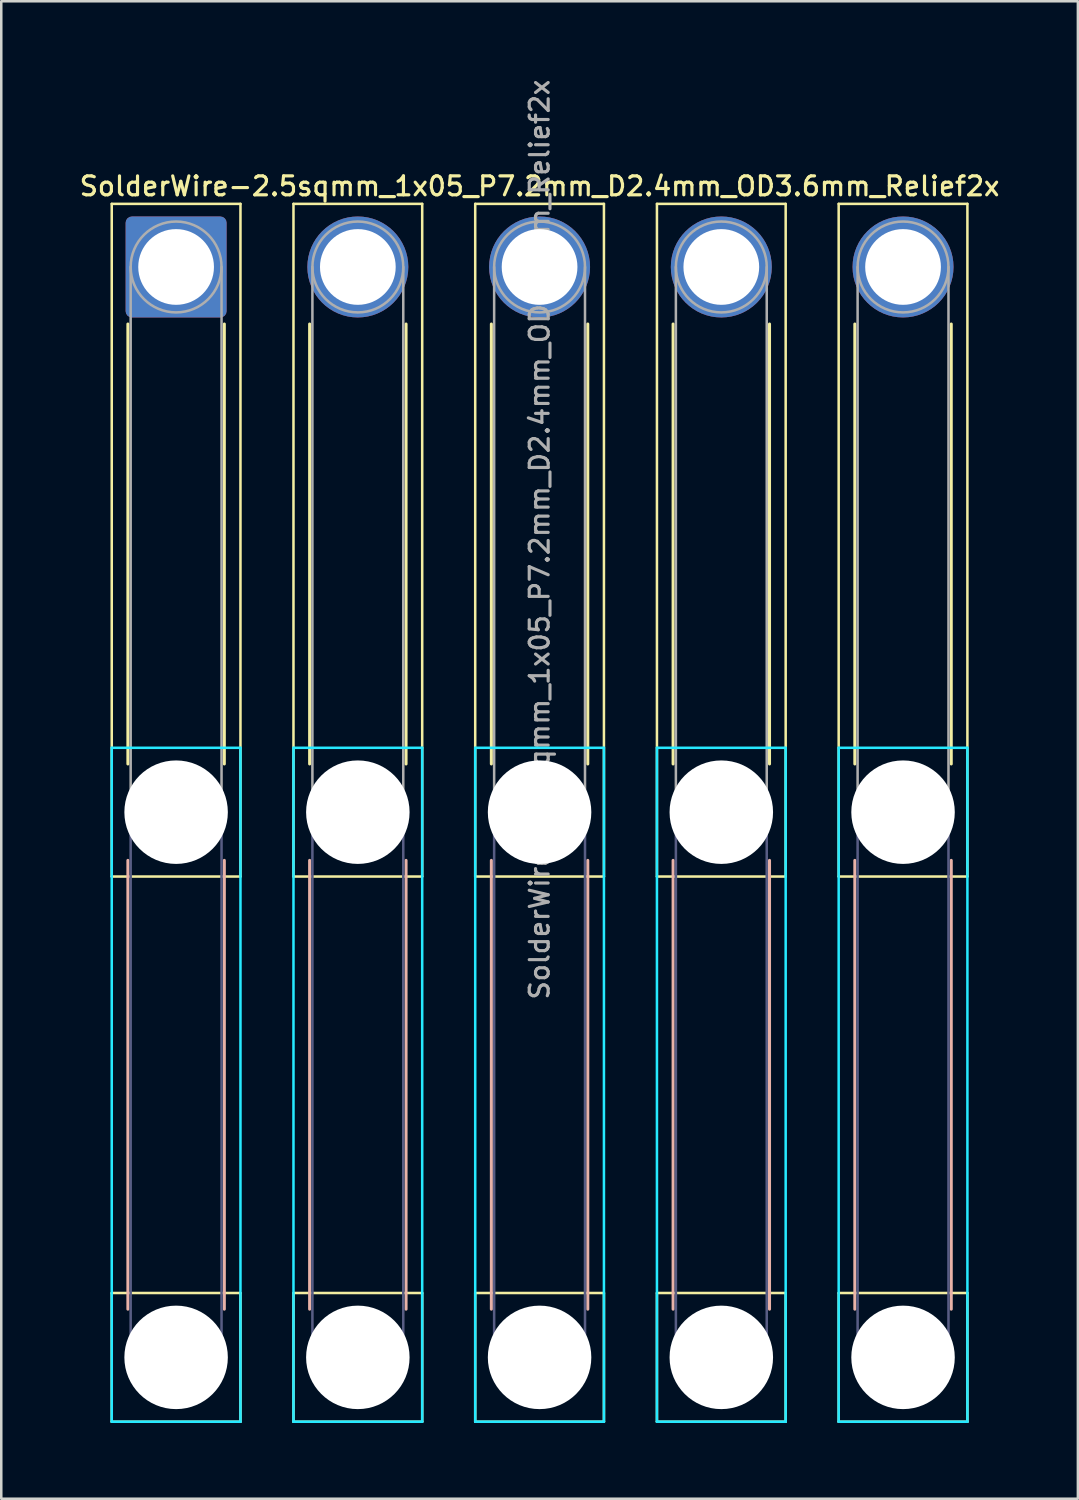
<source format=kicad_pcb>
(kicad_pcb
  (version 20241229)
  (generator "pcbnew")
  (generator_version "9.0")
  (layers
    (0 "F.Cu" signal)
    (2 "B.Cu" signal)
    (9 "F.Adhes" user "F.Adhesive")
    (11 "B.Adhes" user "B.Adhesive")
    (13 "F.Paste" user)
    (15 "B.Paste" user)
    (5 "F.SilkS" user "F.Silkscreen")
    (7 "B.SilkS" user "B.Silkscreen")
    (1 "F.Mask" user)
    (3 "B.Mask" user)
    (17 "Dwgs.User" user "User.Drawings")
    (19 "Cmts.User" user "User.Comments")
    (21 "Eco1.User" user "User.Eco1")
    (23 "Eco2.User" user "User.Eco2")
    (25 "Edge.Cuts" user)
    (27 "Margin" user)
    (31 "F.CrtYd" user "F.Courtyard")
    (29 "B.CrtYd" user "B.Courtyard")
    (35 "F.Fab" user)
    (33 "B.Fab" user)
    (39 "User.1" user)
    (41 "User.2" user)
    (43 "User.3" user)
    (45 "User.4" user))
  (footprint "SolderWire-2.5sqmm_1x05_P7.2mm_D2.4mm_OD3.6mm_Relief2x"
    (layer "F.Cu")
    (at 3.927 7.527)
    (property "Reference" "SolderWire-2.5sqmm_1x05_P7.2mm_D2.4mm_OD3.6mm_Relief2x" (at 14.4 -3.2 0) (layer "F.SilkS") (effects (font (size 0.75 0.75) (thickness 0.125))))
    (attr exclude_from_pos_files exclude_from_bom)
    (fp_line (start -2.55 -2.5) (end -2.55 24.15) (stroke (width 0.1) (type solid)) (layer "F.SilkS"))
    (fp_line (start -2.55 24.15) (end 2.55 24.15) (stroke (width 0.1) (type solid)) (layer "F.SilkS"))
    (fp_line (start -2.55 40.65) (end -2.55 45.75) (stroke (width 0.1) (type solid)) (layer "F.SilkS"))
    (fp_line (start -2.55 45.75) (end 2.55 45.75) (stroke (width 0.1) (type solid)) (layer "F.SilkS"))
    (fp_line (start -1.91 2.26) (end -1.91 19.69) (stroke (width 0.12) (type solid)) (layer "F.SilkS"))
    (fp_line (start 1.91 2.26) (end 1.91 19.69) (stroke (width 0.12) (type solid)) (layer "F.SilkS"))
    (fp_line (start 2.55 -2.5) (end -2.55 -2.5) (stroke (width 0.1) (type solid)) (layer "F.SilkS"))
    (fp_line (start 2.55 24.15) (end 2.55 -2.5) (stroke (width 0.1) (type solid)) (layer "F.SilkS"))
    (fp_line (start 2.55 40.65) (end -2.55 40.65) (stroke (width 0.1) (type solid)) (layer "F.SilkS"))
    (fp_line (start 2.55 45.75) (end 2.55 40.65) (stroke (width 0.1) (type solid)) (layer "F.SilkS"))
    (fp_line (start 4.65 -2.5) (end 4.65 24.15) (stroke (width 0.1) (type solid)) (layer "F.SilkS"))
    (fp_line (start 4.65 24.15) (end 9.75 24.15) (stroke (width 0.1) (type solid)) (layer "F.SilkS"))
    (fp_line (start 4.65 40.65) (end 4.65 45.75) (stroke (width 0.1) (type solid)) (layer "F.SilkS"))
    (fp_line (start 4.65 45.75) (end 9.75 45.75) (stroke (width 0.1) (type solid)) (layer "F.SilkS"))
    (fp_line (start 5.29 2.26) (end 5.29 19.69) (stroke (width 0.12) (type solid)) (layer "F.SilkS"))
    (fp_line (start 9.11 2.26) (end 9.11 19.69) (stroke (width 0.12) (type solid)) (layer "F.SilkS"))
    (fp_line (start 9.75 -2.5) (end 4.65 -2.5) (stroke (width 0.1) (type solid)) (layer "F.SilkS"))
    (fp_line (start 9.75 24.15) (end 9.75 -2.5) (stroke (width 0.1) (type solid)) (layer "F.SilkS"))
    (fp_line (start 9.75 40.65) (end 4.65 40.65) (stroke (width 0.1) (type solid)) (layer "F.SilkS"))
    (fp_line (start 9.75 45.75) (end 9.75 40.65) (stroke (width 0.1) (type solid)) (layer "F.SilkS"))
    (fp_line (start 11.85 -2.5) (end 11.85 24.15) (stroke (width 0.1) (type solid)) (layer "F.SilkS"))
    (fp_line (start 11.85 24.15) (end 16.95 24.15) (stroke (width 0.1) (type solid)) (layer "F.SilkS"))
    (fp_line (start 11.85 40.65) (end 11.85 45.75) (stroke (width 0.1) (type solid)) (layer "F.SilkS"))
    (fp_line (start 11.85 45.75) (end 16.95 45.75) (stroke (width 0.1) (type solid)) (layer "F.SilkS"))
    (fp_line (start 12.49 2.26) (end 12.49 19.69) (stroke (width 0.12) (type solid)) (layer "F.SilkS"))
    (fp_line (start 16.31 2.26) (end 16.31 19.69) (stroke (width 0.12) (type solid)) (layer "F.SilkS"))
    (fp_line (start 16.95 -2.5) (end 11.85 -2.5) (stroke (width 0.1) (type solid)) (layer "F.SilkS"))
    (fp_line (start 16.95 24.15) (end 16.95 -2.5) (stroke (width 0.1) (type solid)) (layer "F.SilkS"))
    (fp_line (start 16.95 40.65) (end 11.85 40.65) (stroke (width 0.1) (type solid)) (layer "F.SilkS"))
    (fp_line (start 16.95 45.75) (end 16.95 40.65) (stroke (width 0.1) (type solid)) (layer "F.SilkS"))
    (fp_line (start 19.05 -2.5) (end 19.05 24.15) (stroke (width 0.1) (type solid)) (layer "F.SilkS"))
    (fp_line (start 19.05 24.15) (end 24.15 24.15) (stroke (width 0.1) (type solid)) (layer "F.SilkS"))
    (fp_line (start 19.05 40.65) (end 19.05 45.75) (stroke (width 0.1) (type solid)) (layer "F.SilkS"))
    (fp_line (start 19.05 45.75) (end 24.15 45.75) (stroke (width 0.1) (type solid)) (layer "F.SilkS"))
    (fp_line (start 19.69 2.26) (end 19.69 19.69) (stroke (width 0.12) (type solid)) (layer "F.SilkS"))
    (fp_line (start 23.51 2.26) (end 23.51 19.69) (stroke (width 0.12) (type solid)) (layer "F.SilkS"))
    (fp_line (start 24.15 -2.5) (end 19.05 -2.5) (stroke (width 0.1) (type solid)) (layer "F.SilkS"))
    (fp_line (start 24.15 24.15) (end 24.15 -2.5) (stroke (width 0.1) (type solid)) (layer "F.SilkS"))
    (fp_line (start 24.15 40.65) (end 19.05 40.65) (stroke (width 0.1) (type solid)) (layer "F.SilkS"))
    (fp_line (start 24.15 45.75) (end 24.15 40.65) (stroke (width 0.1) (type solid)) (layer "F.SilkS"))
    (fp_line (start 26.25 -2.5) (end 26.25 24.15) (stroke (width 0.1) (type solid)) (layer "F.SilkS"))
    (fp_line (start 26.25 24.15) (end 31.35 24.15) (stroke (width 0.1) (type solid)) (layer "F.SilkS"))
    (fp_line (start 26.25 40.65) (end 26.25 45.75) (stroke (width 0.1) (type solid)) (layer "F.SilkS"))
    (fp_line (start 26.25 45.75) (end 31.35 45.75) (stroke (width 0.1) (type solid)) (layer "F.SilkS"))
    (fp_line (start 26.89 2.26) (end 26.89 19.69) (stroke (width 0.12) (type solid)) (layer "F.SilkS"))
    (fp_line (start 30.71 2.26) (end 30.71 19.69) (stroke (width 0.12) (type solid)) (layer "F.SilkS"))
    (fp_line (start 31.35 -2.5) (end 26.25 -2.5) (stroke (width 0.1) (type solid)) (layer "F.SilkS"))
    (fp_line (start 31.35 24.15) (end 31.35 -2.5) (stroke (width 0.1) (type solid)) (layer "F.SilkS"))
    (fp_line (start 31.35 40.65) (end 26.25 40.65) (stroke (width 0.1) (type solid)) (layer "F.SilkS"))
    (fp_line (start 31.35 45.75) (end 31.35 40.65) (stroke (width 0.1) (type solid)) (layer "F.SilkS"))
    (fp_line (start -1.91 23.51) (end -1.91 41.29) (stroke (width 0.12) (type solid)) (layer "B.SilkS"))
    (fp_line (start 1.91 23.51) (end 1.91 41.29) (stroke (width 0.12) (type solid)) (layer "B.SilkS"))
    (fp_line (start 5.29 23.51) (end 5.29 41.29) (stroke (width 0.12) (type solid)) (layer "B.SilkS"))
    (fp_line (start 9.11 23.51) (end 9.11 41.29) (stroke (width 0.12) (type solid)) (layer "B.SilkS"))
    (fp_line (start 12.49 23.51) (end 12.49 41.29) (stroke (width 0.12) (type solid)) (layer "B.SilkS"))
    (fp_line (start 16.31 23.51) (end 16.31 41.29) (stroke (width 0.12) (type solid)) (layer "B.SilkS"))
    (fp_line (start 19.69 23.51) (end 19.69 41.29) (stroke (width 0.12) (type solid)) (layer "B.SilkS"))
    (fp_line (start 23.51 23.51) (end 23.51 41.29) (stroke (width 0.12) (type solid)) (layer "B.SilkS"))
    (fp_line (start 26.89 23.51) (end 26.89 41.29) (stroke (width 0.12) (type solid)) (layer "B.SilkS"))
    (fp_line (start 30.71 23.51) (end 30.71 41.29) (stroke (width 0.12) (type solid)) (layer "B.SilkS"))
    (fp_line (start -2.55 19.05) (end -2.55 45.75) (stroke (width 0.1) (type solid)) (layer "B.CrtYd"))
    (fp_line (start -2.55 45.75) (end 2.55 45.75) (stroke (width 0.1) (type solid)) (layer "B.CrtYd"))
    (fp_line (start 2.55 19.05) (end -2.55 19.05) (stroke (width 0.1) (type solid)) (layer "B.CrtYd"))
    (fp_line (start 2.55 45.75) (end 2.55 19.05) (stroke (width 0.1) (type solid)) (layer "B.CrtYd"))
    (fp_line (start 4.65 19.05) (end 4.65 45.75) (stroke (width 0.1) (type solid)) (layer "B.CrtYd"))
    (fp_line (start 4.65 45.75) (end 9.75 45.75) (stroke (width 0.1) (type solid)) (layer "B.CrtYd"))
    (fp_line (start 9.75 19.05) (end 4.65 19.05) (stroke (width 0.1) (type solid)) (layer "B.CrtYd"))
    (fp_line (start 9.75 45.75) (end 9.75 19.05) (stroke (width 0.1) (type solid)) (layer "B.CrtYd"))
    (fp_line (start 11.85 19.05) (end 11.85 45.75) (stroke (width 0.1) (type solid)) (layer "B.CrtYd"))
    (fp_line (start 11.85 45.75) (end 16.95 45.75) (stroke (width 0.1) (type solid)) (layer "B.CrtYd"))
    (fp_line (start 16.95 19.05) (end 11.85 19.05) (stroke (width 0.1) (type solid)) (layer "B.CrtYd"))
    (fp_line (start 16.95 45.75) (end 16.95 19.05) (stroke (width 0.1) (type solid)) (layer "B.CrtYd"))
    (fp_line (start 19.05 19.05) (end 19.05 45.75) (stroke (width 0.1) (type solid)) (layer "B.CrtYd"))
    (fp_line (start 19.05 45.75) (end 24.15 45.75) (stroke (width 0.1) (type solid)) (layer "B.CrtYd"))
    (fp_line (start 24.15 19.05) (end 19.05 19.05) (stroke (width 0.1) (type solid)) (layer "B.CrtYd"))
    (fp_line (start 24.15 45.75) (end 24.15 19.05) (stroke (width 0.1) (type solid)) (layer "B.CrtYd"))
    (fp_line (start 26.25 19.05) (end 26.25 45.75) (stroke (width 0.1) (type solid)) (layer "B.CrtYd"))
    (fp_line (start 26.25 45.75) (end 31.35 45.75) (stroke (width 0.1) (type solid)) (layer "B.CrtYd"))
    (fp_line (start 31.35 19.05) (end 26.25 19.05) (stroke (width 0.1) (type solid)) (layer "B.CrtYd"))
    (fp_line (start 31.35 45.75) (end 31.35 19.05) (stroke (width 0.1) (type solid)) (layer "B.CrtYd"))
    (fp_line (start -1.8 21.6) (end -1.8 43.2) (stroke (width 0.1) (type solid)) (layer "B.Fab"))
    (fp_line (start 1.8 21.6) (end 1.8 43.2) (stroke (width 0.1) (type solid)) (layer "B.Fab"))
    (fp_line (start 5.4 21.6) (end 5.4 43.2) (stroke (width 0.1) (type solid)) (layer "B.Fab"))
    (fp_line (start 9 21.6) (end 9 43.2) (stroke (width 0.1) (type solid)) (layer "B.Fab"))
    (fp_line (start 12.6 21.6) (end 12.6 43.2) (stroke (width 0.1) (type solid)) (layer "B.Fab"))
    (fp_line (start 16.2 21.6) (end 16.2 43.2) (stroke (width 0.1) (type solid)) (layer "B.Fab"))
    (fp_line (start 19.8 21.6) (end 19.8 43.2) (stroke (width 0.1) (type solid)) (layer "B.Fab"))
    (fp_line (start 23.4 21.6) (end 23.4 43.2) (stroke (width 0.1) (type solid)) (layer "B.Fab"))
    (fp_line (start 27 21.6) (end 27 43.2) (stroke (width 0.1) (type solid)) (layer "B.Fab"))
    (fp_line (start 30.6 21.6) (end 30.6 43.2) (stroke (width 0.1) (type solid)) (layer "B.Fab"))
    (fp_circle (center 0 21.6) (end 1.8 21.6) (stroke (width 0.1) (type solid)) (fill no) (layer "B.Fab"))
    (fp_circle (center 0 43.2) (end 1.8 43.2) (stroke (width 0.1) (type solid)) (fill no) (layer "B.Fab"))
    (fp_circle (center 7.2 21.6) (end 9 21.6) (stroke (width 0.1) (type solid)) (fill no) (layer "B.Fab"))
    (fp_circle (center 7.2 43.2) (end 9 43.2) (stroke (width 0.1) (type solid)) (fill no) (layer "B.Fab"))
    (fp_circle (center 14.4 21.6) (end 16.2 21.6) (stroke (width 0.1) (type solid)) (fill no) (layer "B.Fab"))
    (fp_circle (center 14.4 43.2) (end 16.2 43.2) (stroke (width 0.1) (type solid)) (fill no) (layer "B.Fab"))
    (fp_circle (center 21.6 21.6) (end 23.4 21.6) (stroke (width 0.1) (type solid)) (fill no) (layer "B.Fab"))
    (fp_circle (center 21.6 43.2) (end 23.4 43.2) (stroke (width 0.1) (type solid)) (fill no) (layer "B.Fab"))
    (fp_circle (center 28.8 21.6) (end 30.6 21.6) (stroke (width 0.1) (type solid)) (fill no) (layer "B.Fab"))
    (fp_circle (center 28.8 43.2) (end 30.6 43.2) (stroke (width 0.1) (type solid)) (fill no) (layer "B.Fab"))
    (fp_line (start -1.8 0) (end -1.8 21.6) (stroke (width 0.1) (type solid)) (layer "F.Fab"))
    (fp_line (start 1.8 0) (end 1.8 21.6) (stroke (width 0.1) (type solid)) (layer "F.Fab"))
    (fp_line (start 5.4 0) (end 5.4 21.6) (stroke (width 0.1) (type solid)) (layer "F.Fab"))
    (fp_line (start 9 0) (end 9 21.6) (stroke (width 0.1) (type solid)) (layer "F.Fab"))
    (fp_line (start 12.6 0) (end 12.6 21.6) (stroke (width 0.1) (type solid)) (layer "F.Fab"))
    (fp_line (start 16.2 0) (end 16.2 21.6) (stroke (width 0.1) (type solid)) (layer "F.Fab"))
    (fp_line (start 19.8 0) (end 19.8 21.6) (stroke (width 0.1) (type solid)) (layer "F.Fab"))
    (fp_line (start 23.4 0) (end 23.4 21.6) (stroke (width 0.1) (type solid)) (layer "F.Fab"))
    (fp_line (start 27 0) (end 27 21.6) (stroke (width 0.1) (type solid)) (layer "F.Fab"))
    (fp_line (start 30.6 0) (end 30.6 21.6) (stroke (width 0.1) (type solid)) (layer "F.Fab"))
    (fp_circle (center 0 0) (end 1.8 0) (stroke (width 0.1) (type solid)) (fill no) (layer "F.Fab"))
    (fp_circle (center 0 21.6) (end 1.8 21.6) (stroke (width 0.1) (type solid)) (fill no) (layer "F.Fab"))
    (fp_circle (center 0 43.2) (end 1.8 43.2) (stroke (width 0.1) (type solid)) (fill no) (layer "F.Fab"))
    (fp_circle (center 7.2 0) (end 9 0) (stroke (width 0.1) (type solid)) (fill no) (layer "F.Fab"))
    (fp_circle (center 7.2 21.6) (end 9 21.6) (stroke (width 0.1) (type solid)) (fill no) (layer "F.Fab"))
    (fp_circle (center 7.2 43.2) (end 9 43.2) (stroke (width 0.1) (type solid)) (fill no) (layer "F.Fab"))
    (fp_circle (center 14.4 0) (end 16.2 0) (stroke (width 0.1) (type solid)) (fill no) (layer "F.Fab"))
    (fp_circle (center 14.4 21.6) (end 16.2 21.6) (stroke (width 0.1) (type solid)) (fill no) (layer "F.Fab"))
    (fp_circle (center 14.4 43.2) (end 16.2 43.2) (stroke (width 0.1) (type solid)) (fill no) (layer "F.Fab"))
    (fp_circle (center 21.6 0) (end 23.4 0) (stroke (width 0.1) (type solid)) (fill no) (layer "F.Fab"))
    (fp_circle (center 21.6 21.6) (end 23.4 21.6) (stroke (width 0.1) (type solid)) (fill no) (layer "F.Fab"))
    (fp_circle (center 21.6 43.2) (end 23.4 43.2) (stroke (width 0.1) (type solid)) (fill no) (layer "F.Fab"))
    (fp_circle (center 28.8 0) (end 30.6 0) (stroke (width 0.1) (type solid)) (fill no) (layer "F.Fab"))
    (fp_circle (center 28.8 21.6) (end 30.6 21.6) (stroke (width 0.1) (type solid)) (fill no) (layer "F.Fab"))
    (fp_circle (center 28.8 43.2) (end 30.6 43.2) (stroke (width 0.1) (type solid)) (fill no) (layer "F.Fab"))
    (fp_text user "${REFERENCE}" (at 14.4 10.8 90) (layer "F.Fab") (effects (font (size 0.75 0.75) (thickness 0.125))))
    (pad "" np_thru_hole circle (at 0 21.6) (size 4.1 4.1) (drill 4.1) (layers "*.Cu" "*.Mask"))
    (pad "" np_thru_hole circle (at 0 43.2) (size 4.1 4.1) (drill 4.1) (layers "*.Cu" "*.Mask"))
    (pad "" np_thru_hole circle (at 7.2 21.6) (size 4.1 4.1) (drill 4.1) (layers "*.Cu" "*.Mask"))
    (pad "" np_thru_hole circle (at 7.2 43.2) (size 4.1 4.1) (drill 4.1) (layers "*.Cu" "*.Mask"))
    (pad "" np_thru_hole circle (at 14.4 21.6) (size 4.1 4.1) (drill 4.1) (layers "*.Cu" "*.Mask"))
    (pad "" np_thru_hole circle (at 14.4 43.2) (size 4.1 4.1) (drill 4.1) (layers "*.Cu" "*.Mask"))
    (pad "" np_thru_hole circle (at 21.6 21.6) (size 4.1 4.1) (drill 4.1) (layers "*.Cu" "*.Mask"))
    (pad "" np_thru_hole circle (at 21.6 43.2) (size 4.1 4.1) (drill 4.1) (layers "*.Cu" "*.Mask"))
    (pad "" np_thru_hole circle (at 28.8 21.6) (size 4.1 4.1) (drill 4.1) (layers "*.Cu" "*.Mask"))
    (pad "" np_thru_hole circle (at 28.8 43.2) (size 4.1 4.1) (drill 4.1) (layers "*.Cu" "*.Mask"))
    (pad "1" thru_hole roundrect (at 0 0) (size 4 4) (drill 3) (layers "*.Cu" "*.Mask") (roundrect_rratio 0.062))
    (pad "2" thru_hole circle (at 7.2 0) (size 4 4) (drill 3) (layers "*.Cu" "*.Mask"))
    (pad "3" thru_hole circle (at 14.4 0) (size 4 4) (drill 3) (layers "*.Cu" "*.Mask"))
    (pad "4" thru_hole circle (at 21.6 0) (size 4 4) (drill 3) (layers "*.Cu" "*.Mask"))
    (pad "5" thru_hole circle (at 28.8 0) (size 4 4) (drill 3) (layers "*.Cu" "*.Mask")))
  (gr_rect
    (start -3 -3)
    (end 39.654 56.327)
    (stroke (width 0.1) (type default))
    (fill no)
    (layer "Edge.Cuts")))
</source>
